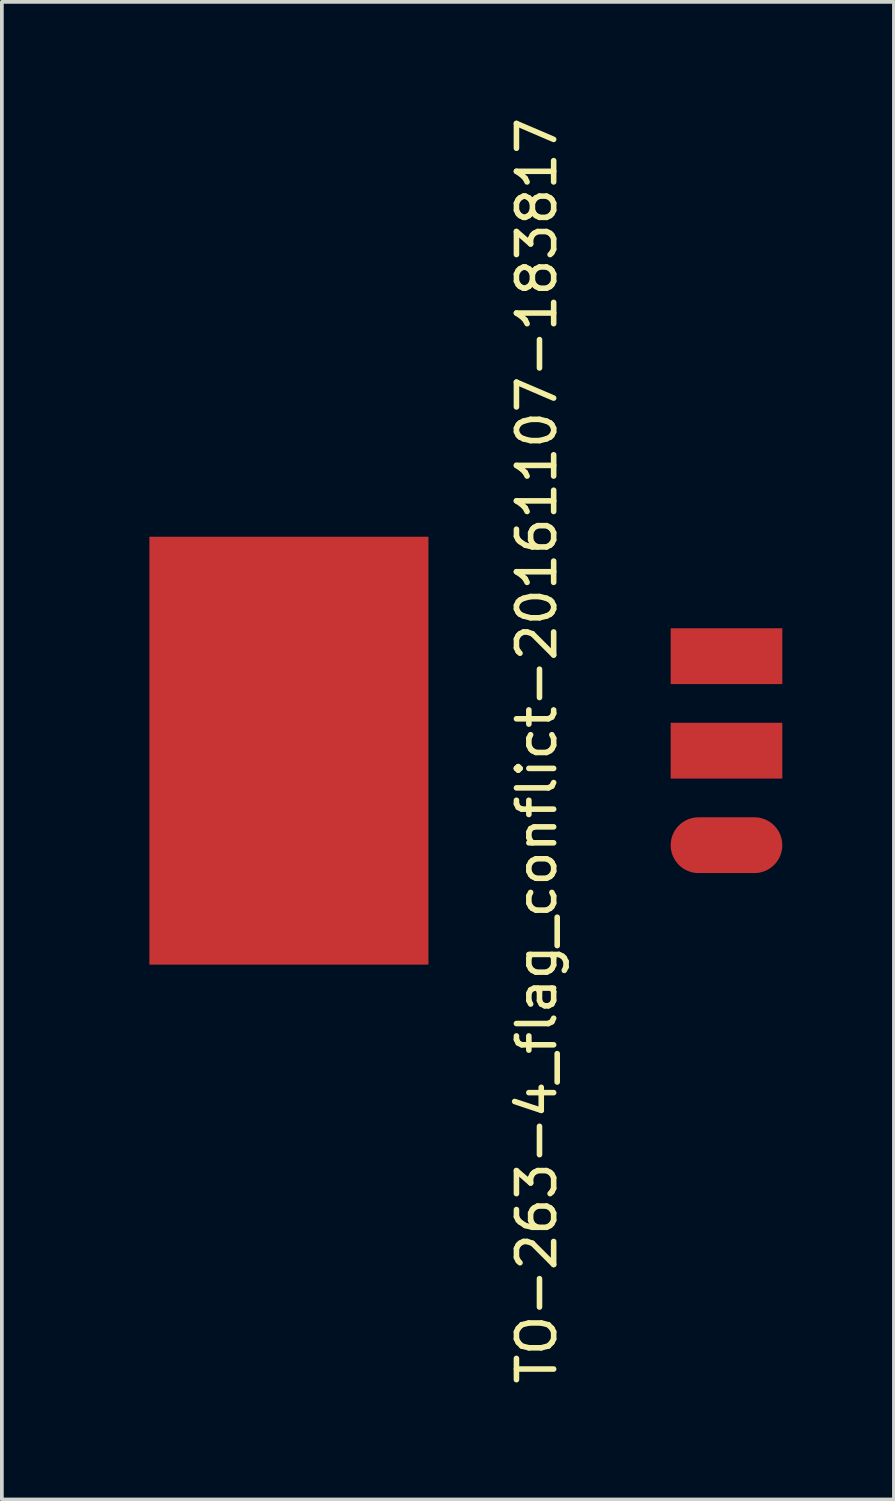
<source format=kicad_pcb>
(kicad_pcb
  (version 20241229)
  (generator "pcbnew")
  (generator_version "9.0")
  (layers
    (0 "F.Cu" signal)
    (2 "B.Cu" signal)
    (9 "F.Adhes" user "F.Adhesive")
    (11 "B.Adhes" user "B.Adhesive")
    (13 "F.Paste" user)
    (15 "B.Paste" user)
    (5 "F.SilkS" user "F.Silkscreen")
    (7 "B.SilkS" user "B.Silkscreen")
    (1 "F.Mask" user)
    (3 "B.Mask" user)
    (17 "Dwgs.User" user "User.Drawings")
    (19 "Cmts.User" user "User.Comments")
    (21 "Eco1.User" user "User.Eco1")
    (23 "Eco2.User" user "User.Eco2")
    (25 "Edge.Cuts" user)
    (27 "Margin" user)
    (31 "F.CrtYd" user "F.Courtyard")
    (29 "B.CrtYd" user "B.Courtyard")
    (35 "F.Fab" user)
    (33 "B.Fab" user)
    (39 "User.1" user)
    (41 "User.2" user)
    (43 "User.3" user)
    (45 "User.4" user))
  (footprint "TO-263-4_flag_conflict-20161107-183817"
    (layer "F.Cu")
    (at 16.475 17.125)
    (property "Reference" "TO-263-4_flag_conflict-20161107-183817" (at -5.1 0 90) (layer "F.SilkS") (effects (font (size 1 1) (thickness 0.15))))
    (attr through_hole)
    (fp_line (start -16.4 -6.4) (end -16.4 6.4) (stroke (width 0.15) (type solid)) (layer "B.Paste"))
    (fp_line (start -16.4 -6.4) (end 0 -6.4) (stroke (width 0.15) (type solid)) (layer "B.Paste"))
    (fp_line (start -16.4 6.4) (end 0 6.4) (stroke (width 0.15) (type solid)) (layer "B.Paste"))
    (fp_line (start 0 -6.4) (end 0 -3.4) (stroke (width 0.15) (type solid)) (layer "B.Paste"))
    (fp_line (start 0 -0.8) (end 0 -1.7) (stroke (width 0.15) (type solid)) (layer "B.Paste"))
    (fp_line (start 0 1.7) (end 0 0.8) (stroke (width 0.15) (type solid)) (layer "B.Paste"))
    (fp_line (start 0 6.4) (end 0 3.4) (stroke (width 0.15) (type solid)) (layer "B.Paste"))
    (fp_circle (center -2.6 2.6) (end -2.15 2.76) (stroke (width 0.15) (type solid)) (fill no) (layer "B.Paste"))
    (pad "1" smd oval (at 0 2.54) (size 3 1.5) (layers "F.Cu" "F.Mask" "F.Paste"))
    (pad "2" smd rect (at -11.76 0) (size 7.5 11.5) (layers "F.Cu" "F.Mask" "F.Paste"))
    (pad "2" smd rect (at 0 0) (size 3 1.5) (layers "F.Cu" "F.Mask" "F.Paste"))
    (pad "3" smd rect (at 0 -2.54) (size 3 1.5) (layers "F.Cu" "F.Mask" "F.Paste")))
  (gr_rect
    (start -3 -3)
    (end 20.975 37.25)
    (stroke (width 0.1) (type default))
    (fill no)
    (layer "Edge.Cuts")))
</source>
